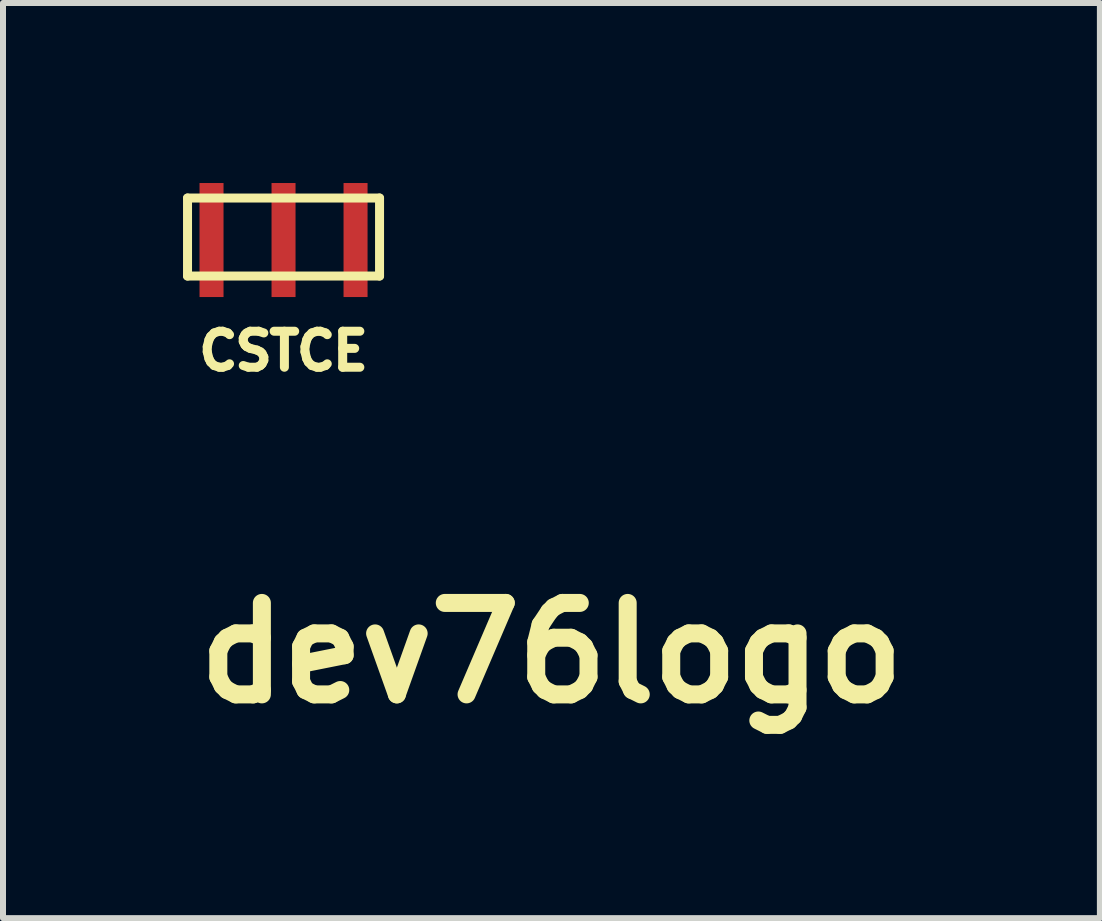
<source format=kicad_pcb>
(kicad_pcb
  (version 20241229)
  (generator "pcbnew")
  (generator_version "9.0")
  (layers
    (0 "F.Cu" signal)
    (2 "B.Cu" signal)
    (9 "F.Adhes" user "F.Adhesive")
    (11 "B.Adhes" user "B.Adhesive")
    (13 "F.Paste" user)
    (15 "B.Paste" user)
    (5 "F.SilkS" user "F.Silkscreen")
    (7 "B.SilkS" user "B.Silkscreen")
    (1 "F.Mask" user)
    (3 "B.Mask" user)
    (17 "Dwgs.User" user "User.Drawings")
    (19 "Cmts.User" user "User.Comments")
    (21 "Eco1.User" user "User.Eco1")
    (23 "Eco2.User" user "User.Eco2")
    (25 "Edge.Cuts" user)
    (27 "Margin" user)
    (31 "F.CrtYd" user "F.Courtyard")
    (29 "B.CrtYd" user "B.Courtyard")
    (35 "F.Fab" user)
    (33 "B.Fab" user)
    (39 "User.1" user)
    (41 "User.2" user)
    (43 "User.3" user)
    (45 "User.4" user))
  (footprint "dev76logo"
    (layer "F.Cu")
    (at 6.14 7.832)
    (property "Reference" "dev76logo" (at 0 0 0) (layer "F.SilkS") (effects (font (size 1.524 1.524) (thickness 0.3))))
    (attr through_hole)
    (fp_poly (pts (xy -1.556 1.238) (xy -1.894 1.238) (xy -1.959 1.237) (xy -2.021 1.237) (xy -2.079 1.236) (xy -2.131 1.236) (xy -2.176 1.235) (xy -2.212 1.234) (xy -2.239 1.233) (xy -2.255 1.232) (xy -2.259 1.232) (xy -2.299 1.218) (xy -2.333 1.195) (xy -2.36 1.161) (xy -2.366 1.149) (xy -2.368 1.145) (xy -2.37 1.14) (xy -2.371 1.133) (xy -2.373 1.124) (xy -2.374 1.112) (xy -2.375 1.095) (xy -2.376 1.074) (xy -2.376 1.047) (xy -2.377 1.014) (xy -2.378 0.974) (xy -2.378 0.926) (xy -2.378 0.87) (xy -2.379 0.804) (xy -2.379 0.728) (xy -2.379 0.642) (xy -2.38 0.544) (xy -2.38 0.493) (xy -2.38 0.385) (xy -2.38 0.29) (xy -2.381 0.206) (xy -2.381 0.132) (xy -2.381 0.102) (xy -2.013 0.102) (xy -2.013 0.857) (xy -1.924 0.857) (xy -1.924 0.102) (xy -2.013 0.102) (xy -2.381 0.102) (xy -2.38 0.068) (xy -2.38 0.013) (xy -2.379 -0.034) (xy -2.379 -0.073) (xy -2.377 -0.106) (xy -2.375 -0.133) (xy -2.373 -0.155) (xy -2.37 -0.172) (xy -2.367 -0.186) (xy -2.363 -0.196) (xy -2.359 -0.205) (xy -2.353 -0.212) (xy -2.347 -0.219) (xy -2.34 -0.225) (xy -2.333 -0.232) (xy -2.319 -0.246) (xy -2.305 -0.256) (xy -2.289 -0.264) (xy -2.27 -0.27) (xy -2.246 -0.274) (xy -2.215 -0.277) (xy -2.176 -0.279) (xy -2.127 -0.279) (xy -2.082 -0.279) (xy -1.924 -0.279) (xy -1.924 -0.66) (xy -1.556 -0.66) (xy -1.556 1.238)) (stroke (width 0.01) (type solid)) (fill yes) (layer "F.Mask"))
    (fp_poly (pts (xy 1.483 -1.183) (xy 1.481 -1.171) (xy 1.478 -1.147) (xy 1.473 -1.112) (xy 1.466 -1.066) (xy 1.458 -1.01) (xy 1.449 -0.945) (xy 1.439 -0.871) (xy 1.427 -0.79) (xy 1.414 -0.701) (xy 1.401 -0.605) (xy 1.386 -0.503) (xy 1.371 -0.396) (xy 1.355 -0.284) (xy 1.339 -0.168) (xy 1.322 -0.049) (xy 1.308 0.052) (xy 1.14 1.232) (xy 0.897 1.232) (xy 0.835 1.232) (xy 0.785 1.232) (xy 0.745 1.232) (xy 0.714 1.231) (xy 0.691 1.231) (xy 0.675 1.23) (xy 0.664 1.228) (xy 0.658 1.226) (xy 0.655 1.224) (xy 0.654 1.221) (xy 0.654 1.219) (xy 0.655 1.211) (xy 0.657 1.191) (xy 0.662 1.161) (xy 0.667 1.119) (xy 0.674 1.068) (xy 0.682 1.008) (xy 0.692 0.939) (xy 0.702 0.863) (xy 0.714 0.779) (xy 0.726 0.689) (xy 0.74 0.593) (xy 0.754 0.493) (xy 0.768 0.388) (xy 0.783 0.279) (xy 0.791 0.227) (xy 0.806 0.117) (xy 0.821 0.01) (xy 0.835 -0.092) (xy 0.849 -0.19) (xy 0.862 -0.283) (xy 0.873 -0.369) (xy 0.885 -0.449) (xy 0.894 -0.521) (xy 0.903 -0.585) (xy 0.911 -0.64) (xy 0.917 -0.685) (xy 0.922 -0.721) (xy 0.925 -0.745) (xy 0.927 -0.758) (xy 0.927 -0.76) (xy 0.925 -0.762) (xy 0.919 -0.763) (xy 0.907 -0.765) (xy 0.89 -0.766) (xy 0.864 -0.767) (xy 0.831 -0.767) (xy 0.789 -0.768) (xy 0.737 -0.768) (xy 0.674 -0.768) (xy 0.61 -0.768) (xy 0.538 -0.768) (xy 0.478 -0.768) (xy 0.428 -0.769) (xy 0.388 -0.769) (xy 0.357 -0.769) (xy 0.334 -0.77) (xy 0.316 -0.771) (xy 0.305 -0.772) (xy 0.298 -0.774) (xy 0.294 -0.776) (xy 0.292 -0.778) (xy 0.292 -0.779) (xy 0.293 -0.788) (xy 0.295 -0.808) (xy 0.298 -0.837) (xy 0.302 -0.875) (xy 0.306 -0.919) (xy 0.312 -0.968) (xy 0.316 -1.013) (xy 0.34 -1.235) (xy 0.915 -1.237) (xy 1.49 -1.238) (xy 1.483 -1.183)) (stroke (width 0.01) (type solid)) (fill yes) (layer "F.Mask"))
    (fp_poly (pts (xy -0.626 -0.643) (xy -0.624 -0.633) (xy -0.621 -0.613) (xy -0.617 -0.585) (xy -0.612 -0.55) (xy -0.606 -0.511) (xy -0.6 -0.47) (xy -0.593 -0.428) (xy -0.588 -0.388) (xy -0.582 -0.351) (xy -0.577 -0.319) (xy -0.574 -0.295) (xy -0.572 -0.28) (xy -0.572 -0.276) (xy -0.578 -0.275) (xy -0.595 -0.275) (xy -0.622 -0.274) (xy -0.656 -0.274) (xy -0.698 -0.273) (xy -0.744 -0.273) (xy -0.759 -0.273) (xy -0.946 -0.273) (xy -0.946 0.083) (xy -0.521 0.083) (xy -0.518 0.103) (xy -0.516 0.114) (xy -0.513 0.134) (xy -0.509 0.163) (xy -0.504 0.197) (xy -0.498 0.235) (xy -0.493 0.275) (xy -0.487 0.314) (xy -0.482 0.351) (xy -0.477 0.384) (xy -0.473 0.41) (xy -0.471 0.428) (xy -0.47 0.436) (xy -0.47 0.436) (xy -0.476 0.437) (xy -0.493 0.437) (xy -0.518 0.438) (xy -0.55 0.438) (xy -0.579 0.438) (xy -0.623 0.438) (xy -0.675 0.439) (xy -0.73 0.44) (xy -0.783 0.441) (xy -0.818 0.442) (xy -0.946 0.447) (xy -0.946 0.857) (xy -0.414 0.857) (xy -0.41 0.875) (xy -0.408 0.888) (xy -0.404 0.91) (xy -0.399 0.94) (xy -0.394 0.975) (xy -0.388 1.014) (xy -0.382 1.055) (xy -0.376 1.096) (xy -0.37 1.134) (xy -0.365 1.169) (xy -0.361 1.197) (xy -0.358 1.217) (xy -0.357 1.228) (xy -0.357 1.229) (xy -0.364 1.229) (xy -0.382 1.23) (xy -0.411 1.23) (xy -0.449 1.231) (xy -0.495 1.231) (xy -0.548 1.231) (xy -0.607 1.232) (xy -0.671 1.232) (xy -0.738 1.233) (xy -0.808 1.233) (xy -0.88 1.233) (xy -0.952 1.233) (xy -1.023 1.234) (xy -1.092 1.234) (xy -1.157 1.234) (xy -1.219 1.234) (xy -1.275 1.234) (xy -1.325 1.234) (xy -1.367 1.234) (xy -1.4 1.234) (xy -1.424 1.233) (xy -1.436 1.233) (xy -1.438 1.233) (xy -1.439 1.226) (xy -1.439 1.208) (xy -1.439 1.178) (xy -1.44 1.137) (xy -1.44 1.087) (xy -1.44 1.027) (xy -1.44 0.959) (xy -1.441 0.883) (xy -1.441 0.801) (xy -1.441 0.711) (xy -1.441 0.616) (xy -1.441 0.516) (xy -1.441 0.412) (xy -1.441 0.304) (xy -1.441 -0.652) (xy -1.259 -0.656) (xy -1.206 -0.657) (xy -1.143 -0.658) (xy -1.074 -0.659) (xy -1.003 -0.66) (xy -0.933 -0.66) (xy -0.868 -0.66) (xy -0.854 -0.66) (xy -0.63 -0.66) (xy -0.626 -0.643)) (stroke (width 0.01) (type solid)) (fill yes) (layer "F.Mask"))
    (fp_poly (pts (xy -0.37 -1.238) (xy -0.309 -1.238) (xy -0.253 -1.238) (xy -0.204 -1.237) (xy -0.161 -1.236) (xy -0.128 -1.236) (xy -0.104 -1.235) (xy -0.091 -1.234) (xy -0.089 -1.233) (xy -0.088 -1.222) (xy -0.085 -1.198) (xy -0.081 -1.163) (xy -0.075 -1.117) (xy -0.068 -1.061) (xy -0.059 -0.995) (xy -0.048 -0.919) (xy -0.037 -0.834) (xy -0.024 -0.741) (xy -0.01 -0.64) (xy 0.005 -0.532) (xy 0.022 -0.417) (xy 0.022 -0.413) (xy 0.04 -0.286) (xy 0.056 -0.171) (xy 0.071 -0.067) (xy 0.084 0.027) (xy 0.095 0.111) (xy 0.105 0.187) (xy 0.114 0.255) (xy 0.122 0.316) (xy 0.129 0.37) (xy 0.135 0.42) (xy 0.14 0.464) (xy 0.142 0.48) (xy 0.147 0.519) (xy 0.151 0.554) (xy 0.155 0.582) (xy 0.158 0.602) (xy 0.159 0.612) (xy 0.16 0.613) (xy 0.161 0.607) (xy 0.163 0.591) (xy 0.165 0.565) (xy 0.168 0.532) (xy 0.171 0.493) (xy 0.174 0.458) (xy 0.183 0.328) (xy 0.194 0.193) (xy 0.207 0.051) (xy 0.22 -0.1) (xy 0.235 -0.261) (xy 0.245 -0.357) (xy 0.25 -0.417) (xy 0.256 -0.472) (xy 0.261 -0.522) (xy 0.265 -0.566) (xy 0.268 -0.602) (xy 0.271 -0.629) (xy 0.273 -0.646) (xy 0.273 -0.651) (xy 0.279 -0.652) (xy 0.297 -0.652) (xy 0.324 -0.653) (xy 0.361 -0.653) (xy 0.404 -0.654) (xy 0.454 -0.654) (xy 0.508 -0.654) (xy 0.534 -0.654) (xy 0.795 -0.654) (xy 0.791 -0.633) (xy 0.79 -0.625) (xy 0.787 -0.604) (xy 0.783 -0.573) (xy 0.778 -0.531) (xy 0.771 -0.479) (xy 0.762 -0.418) (xy 0.753 -0.349) (xy 0.743 -0.272) (xy 0.732 -0.189) (xy 0.72 -0.099) (xy 0.708 -0.004) (xy 0.694 0.095) (xy 0.681 0.199) (xy 0.667 0.305) (xy 0.653 0.411) (xy 0.639 0.515) (xy 0.626 0.614) (xy 0.613 0.708) (xy 0.602 0.797) (xy 0.591 0.879) (xy 0.581 0.955) (xy 0.571 1.023) (xy 0.563 1.082) (xy 0.557 1.133) (xy 0.551 1.174) (xy 0.547 1.204) (xy 0.544 1.223) (xy 0.543 1.23) (xy 0.543 1.23) (xy 0.54 1.232) (xy 0.531 1.234) (xy 0.516 1.235) (xy 0.494 1.236) (xy 0.464 1.237) (xy 0.425 1.237) (xy 0.377 1.238) (xy 0.318 1.238) (xy 0.249 1.238) (xy 0.168 1.238) (xy 0.101 1.238) (xy 0.038 1.238) (xy -0.021 1.238) (xy -0.073 1.238) (xy -0.118 1.238) (xy -0.155 1.237) (xy -0.182 1.237) (xy -0.199 1.237) (xy -0.204 1.237) (xy -0.205 1.23) (xy -0.208 1.212) (xy -0.212 1.183) (xy -0.219 1.143) (xy -0.227 1.093) (xy -0.237 1.034) (xy -0.248 0.966) (xy -0.26 0.891) (xy -0.274 0.808) (xy -0.289 0.718) (xy -0.304 0.623) (xy -0.321 0.522) (xy -0.338 0.417) (xy -0.356 0.308) (xy -0.371 0.219) (xy -0.537 -0.797) (xy -0.73 -0.8) (xy -0.733 -0.821) (xy -0.735 -0.835) (xy -0.739 -0.859) (xy -0.743 -0.891) (xy -0.747 -0.93) (xy -0.753 -0.972) (xy -0.758 -1.016) (xy -0.763 -1.061) (xy -0.768 -1.103) (xy -0.773 -1.142) (xy -0.776 -1.176) (xy -0.779 -1.202) (xy -0.781 -1.218) (xy -0.781 -1.223) (xy -0.781 -1.238) (xy -0.435 -1.238) (xy -0.37 -1.238)) (stroke (width 0.01) (type solid)) (fill yes) (layer "F.Mask"))
    (fp_poly (pts (xy 2.148 -0.628) (xy 2.188 -0.628) (xy 2.219 -0.627) (xy 2.244 -0.626) (xy 2.263 -0.625) (xy 2.277 -0.623) (xy 2.289 -0.621) (xy 2.296 -0.619) (xy 2.333 -0.603) (xy 2.361 -0.577) (xy 2.381 -0.541) (xy 2.392 -0.498) (xy 2.394 -0.461) (xy 2.393 -0.448) (xy 2.39 -0.424) (xy 2.387 -0.393) (xy 2.381 -0.355) (xy 2.376 -0.313) (xy 2.369 -0.269) (xy 2.363 -0.224) (xy 2.356 -0.181) (xy 2.35 -0.14) (xy 2.344 -0.105) (xy 2.339 -0.077) (xy 2.335 -0.058) (xy 2.333 -0.049) (xy 2.326 -0.048) (xy 2.308 -0.047) (xy 2.28 -0.046) (xy 2.245 -0.045) (xy 2.203 -0.045) (xy 2.156 -0.044) (xy 2.136 -0.044) (xy 1.941 -0.044) (xy 1.945 -0.073) (xy 1.949 -0.099) (xy 1.953 -0.126) (xy 1.954 -0.13) (xy 1.958 -0.159) (xy 1.864 -0.156) (xy 1.85 -0.064) (xy 1.845 -0.029) (xy 1.84 0.003) (xy 1.835 0.028) (xy 1.833 0.045) (xy 1.832 0.049) (xy 1.828 0.069) (xy 2.002 0.071) (xy 2.055 0.072) (xy 2.096 0.073) (xy 2.129 0.074) (xy 2.153 0.075) (xy 2.171 0.077) (xy 2.184 0.079) (xy 2.195 0.082) (xy 2.2 0.084) (xy 2.233 0.104) (xy 2.256 0.128) (xy 2.268 0.151) (xy 2.273 0.163) (xy 2.277 0.175) (xy 2.28 0.187) (xy 2.282 0.202) (xy 2.283 0.22) (xy 2.283 0.241) (xy 2.281 0.267) (xy 2.277 0.3) (xy 2.272 0.339) (xy 2.266 0.386) (xy 2.258 0.441) (xy 2.248 0.507) (xy 2.236 0.583) (xy 2.226 0.645) (xy 2.215 0.714) (xy 2.204 0.782) (xy 2.193 0.845) (xy 2.184 0.903) (xy 2.175 0.955) (xy 2.167 0.999) (xy 2.16 1.034) (xy 2.155 1.059) (xy 2.152 1.073) (xy 2.152 1.073) (xy 2.13 1.125) (xy 2.102 1.167) (xy 2.064 1.2) (xy 2.022 1.224) (xy 2.016 1.226) (xy 2.007 1.229) (xy 1.996 1.23) (xy 1.982 1.232) (xy 1.962 1.233) (xy 1.936 1.234) (xy 1.903 1.235) (xy 1.861 1.235) (xy 1.81 1.236) (xy 1.748 1.236) (xy 1.705 1.236) (xy 1.645 1.236) (xy 1.588 1.236) (xy 1.535 1.236) (xy 1.489 1.235) (xy 1.451 1.235) (xy 1.421 1.234) (xy 1.401 1.233) (xy 1.394 1.232) (xy 1.354 1.217) (xy 1.322 1.192) (xy 1.3 1.158) (xy 1.286 1.116) (xy 1.283 1.074) (xy 1.284 1.063) (xy 1.287 1.04) (xy 1.291 1.007) (xy 1.297 0.965) (xy 1.305 0.913) (xy 1.314 0.854) (xy 1.324 0.788) (xy 1.328 0.761) (xy 1.721 0.761) (xy 1.724 0.765) (xy 1.736 0.767) (xy 1.758 0.767) (xy 1.767 0.767) (xy 1.813 0.765) (xy 1.832 0.641) (xy 1.852 0.518) (xy 1.808 0.516) (xy 1.785 0.515) (xy 1.769 0.515) (xy 1.761 0.516) (xy 1.761 0.516) (xy 1.759 0.523) (xy 1.756 0.54) (xy 1.752 0.565) (xy 1.747 0.595) (xy 1.741 0.628) (xy 1.736 0.662) (xy 1.73 0.694) (xy 1.726 0.723) (xy 1.723 0.745) (xy 1.721 0.759) (xy 1.721 0.761) (xy 1.328 0.761) (xy 1.335 0.717) (xy 1.346 0.64) (xy 1.359 0.56) (xy 1.371 0.477) (xy 1.385 0.392) (xy 1.398 0.307) (xy 1.412 0.221) (xy 1.425 0.136) (xy 1.438 0.053) (xy 1.451 -0.027) (xy 1.463 -0.102) (xy 1.474 -0.173) (xy 1.485 -0.238) (xy 1.495 -0.297) (xy 1.503 -0.347) (xy 1.51 -0.389) (xy 1.516 -0.421) (xy 1.52 -0.442) (xy 1.522 -0.451) (xy 1.542 -0.502) (xy 1.569 -0.547) (xy 1.603 -0.583) (xy 1.643 -0.609) (xy 1.646 -0.611) (xy 1.654 -0.614) (xy 1.662 -0.617) (xy 1.671 -0.619) (xy 1.682 -0.621) (xy 1.696 -0.623) (xy 1.715 -0.624) (xy 1.74 -0.625) (xy 1.772 -0.626) (xy 1.812 -0.626) (xy 1.862 -0.627) (xy 1.922 -0.627) (xy 1.971 -0.627) (xy 2.041 -0.628) (xy 2.1 -0.628) (xy 2.148 -0.628)) (stroke (width 0.01) (type solid)) (fill yes) (layer "F.Mask")))
  (footprint "CSTCE"
    (layer "F.Cu")
    (at 1.675 2.05)
    (property "Reference" "CSTCE" (at 0 0.75 0) (layer "F.SilkS") (effects (font (size 0.6 0.6) (thickness 0.15))))
    (attr through_hole)
    (fp_line (start -1.6 -1.8) (end -1.6 -0.5) (stroke (width 0.15) (type solid)) (layer "F.SilkS"))
    (fp_line (start -1.6 -0.5) (end 1.6 -0.5) (stroke (width 0.15) (type solid)) (layer "F.SilkS"))
    (fp_line (start 1.6 -1.8) (end -1.6 -1.8) (stroke (width 0.15) (type solid)) (layer "F.SilkS"))
    (fp_line (start 1.6 -0.5) (end 1.6 -1.8) (stroke (width 0.15) (type solid)) (layer "F.SilkS"))
    (pad "1" smd rect (at -1.2 -1.1) (size 0.4 1.9) (layers "F.Cu" "F.Mask" "F.Paste"))
    (pad "2" smd rect (at 1.2 -1.1) (size 0.4 1.9) (layers "F.Cu" "F.Mask" "F.Paste"))
    (pad "3" smd rect (at 0 -1.1) (size 0.4 1.9) (layers "F.Cu" "F.Mask" "F.Paste")))
  (gr_rect
    (start -3 -3)
    (end 15.279 12.25)
    (stroke (width 0.1) (type default))
    (fill no)
    (layer "Edge.Cuts")))
</source>
